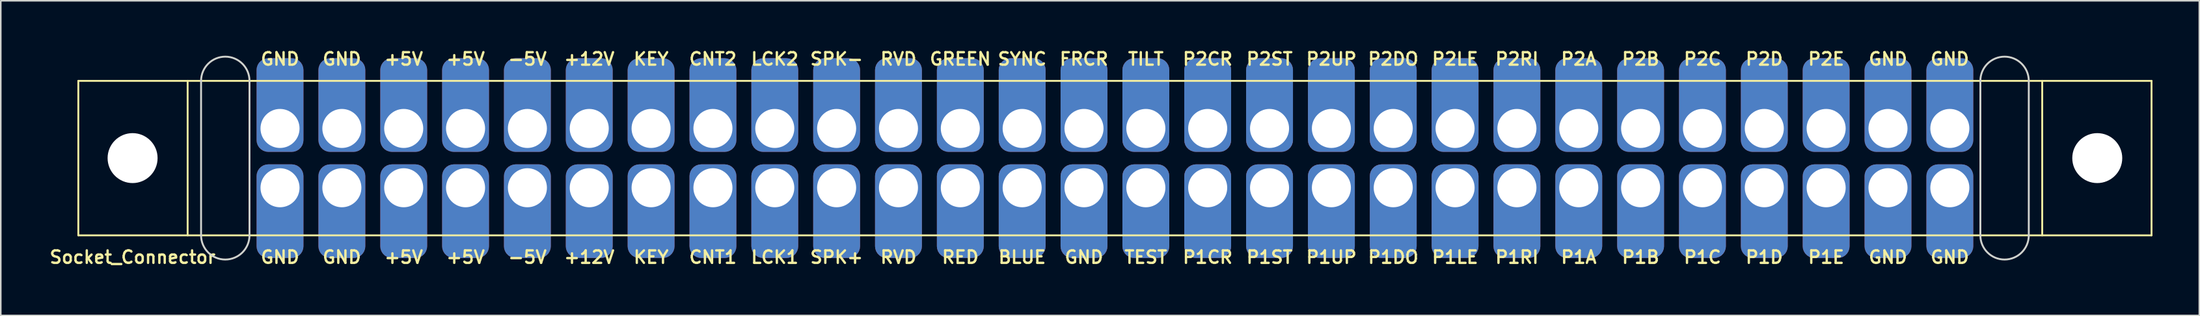
<source format=kicad_pcb>
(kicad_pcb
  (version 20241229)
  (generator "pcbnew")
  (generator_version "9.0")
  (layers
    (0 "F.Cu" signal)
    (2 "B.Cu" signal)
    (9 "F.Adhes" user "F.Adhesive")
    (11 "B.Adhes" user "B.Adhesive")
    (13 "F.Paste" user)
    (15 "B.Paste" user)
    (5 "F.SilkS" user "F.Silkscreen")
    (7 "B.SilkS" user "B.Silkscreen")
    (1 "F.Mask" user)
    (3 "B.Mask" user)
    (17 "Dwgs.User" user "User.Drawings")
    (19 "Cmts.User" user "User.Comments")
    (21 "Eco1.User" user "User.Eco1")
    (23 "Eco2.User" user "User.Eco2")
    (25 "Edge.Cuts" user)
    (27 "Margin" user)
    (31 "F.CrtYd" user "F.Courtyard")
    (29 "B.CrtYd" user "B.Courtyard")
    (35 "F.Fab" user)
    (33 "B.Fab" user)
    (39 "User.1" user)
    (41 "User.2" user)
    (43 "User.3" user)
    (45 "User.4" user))
  (footprint "Socket_Connector"
    (layer "F.Cu")
    (at 68.34 7.081)
    (property "Reference" "Socket_Connector" (at -62.9 6.35 0) (layer "F.SilkS") (effects (font (size 0.8 0.8) (thickness 0.15))))
    (attr through_hole)
    (fp_line (start -66.375 -4.95) (end -66.375 4.95) (stroke (width 0.12) (type solid)) (layer "F.SilkS"))
    (fp_line (start -66.375 -4.95) (end 66.375 -4.95) (stroke (width 0.12) (type solid)) (layer "F.SilkS"))
    (fp_line (start -66.375 4.95) (end 66.375 4.95) (stroke (width 0.12) (type solid)) (layer "F.SilkS"))
    (fp_line (start -59.375 -4.95) (end -59.375 4.95) (stroke (width 0.12) (type solid)) (layer "F.SilkS"))
    (fp_line (start 59.375 -4.95) (end 59.375 4.95) (stroke (width 0.12) (type solid)) (layer "F.SilkS"))
    (fp_line (start 66.375 -4.95) (end 66.375 4.95) (stroke (width 0.12) (type solid)) (layer "F.SilkS"))
    (fp_line (start -58.515 -4.95) (end -58.515 4.95) (stroke (width 0.12) (type solid)) (layer "Edge.Cuts"))
    (fp_line (start -55.415 -4.95) (end -55.415 4.95) (stroke (width 0.12) (type solid)) (layer "Edge.Cuts"))
    (fp_line (start 55.415 -4.95) (end 55.415 4.95) (stroke (width 0.12) (type solid)) (layer "Edge.Cuts"))
    (fp_line (start 58.515 -4.95) (end 58.515 4.95) (stroke (width 0.12) (type solid)) (layer "Edge.Cuts"))
    (fp_arc (start -58.515 -4.95) (mid -56.965 -6.5) (end -55.415 -4.95) (stroke (width 0.12) (type solid)) (layer "Edge.Cuts"))
    (fp_arc (start -55.415 4.95) (mid -56.965 6.5) (end -58.515 4.95) (stroke (width 0.12) (type solid)) (layer "Edge.Cuts"))
    (fp_arc (start 55.415 -4.95) (mid 56.965 -6.5) (end 58.515 -4.95) (stroke (width 0.12) (type solid)) (layer "Edge.Cuts"))
    (fp_arc (start 58.515 4.95) (mid 56.965 6.5) (end 55.415 4.95) (stroke (width 0.12) (type solid)) (layer "Edge.Cuts"))
    (fp_text user "P2RI" (at 25.74 -6.35 0) (layer "F.SilkS") (effects (font (size 0.8 0.8) (thickness 0.15))))
    (fp_text user "BLUE" (at -5.94 6.35 0) (layer "F.SilkS") (effects (font (size 0.8 0.8) (thickness 0.15))))
    (fp_text user "P1D" (at 41.58 6.35 0) (layer "F.SilkS") (effects (font (size 0.8 0.8) (thickness 0.15))))
    (fp_text user "KEY" (at -29.7 -6.35 0) (layer "F.SilkS") (effects (font (size 0.8 0.8) (thickness 0.15))))
    (fp_text user "P2UP" (at 13.86 -6.35 0) (layer "F.SilkS") (effects (font (size 0.8 0.8) (thickness 0.15))))
    (fp_text user "+5V" (at -45.54 6.35 0) (layer "F.SilkS") (effects (font (size 0.8 0.8) (thickness 0.15))))
    (fp_text user "P1RI" (at 25.74 6.35 0) (layer "F.SilkS") (effects (font (size 0.8 0.8) (thickness 0.15))))
    (fp_text user "LCK2" (at -21.78 -6.35 0) (layer "F.SilkS") (effects (font (size 0.8 0.8) (thickness 0.15))))
    (fp_text user "P1A" (at 29.7 6.35 0) (layer "F.SilkS") (effects (font (size 0.8 0.8) (thickness 0.15))))
    (fp_text user "P2CR" (at 5.94 -6.35 0) (layer "F.SilkS") (effects (font (size 0.8 0.8) (thickness 0.15))))
    (fp_text user "+12V" (at -33.66 6.35 0) (layer "F.SilkS") (effects (font (size 0.8 0.8) (thickness 0.15))))
    (fp_text user "P2ST" (at 9.9 -6.35 0) (layer "F.SilkS") (effects (font (size 0.8 0.8) (thickness 0.15))))
    (fp_text user "GND" (at -53.46 -6.35 0) (layer "F.SilkS") (effects (font (size 0.8 0.8) (thickness 0.15))))
    (fp_text user "P2DO" (at 17.82 -6.35 0) (layer "F.SilkS") (effects (font (size 0.8 0.8) (thickness 0.15))))
    (fp_text user "P1LE" (at 21.78 6.35 0) (layer "F.SilkS") (effects (font (size 0.8 0.8) (thickness 0.15))))
    (fp_text user "GND" (at 49.5 -6.35 0) (layer "F.SilkS") (effects (font (size 0.8 0.8) (thickness 0.15))))
    (fp_text user "GND" (at -1.98 6.35 0) (layer "F.SilkS") (effects (font (size 0.8 0.8) (thickness 0.15))))
    (fp_text user "SPK+" (at -17.82 6.35 0) (layer "F.SilkS") (effects (font (size 0.8 0.8) (thickness 0.15))))
    (fp_text user "P1UP" (at 13.86 6.35 0) (layer "F.SilkS") (effects (font (size 0.8 0.8) (thickness 0.15))))
    (fp_text user "P2A" (at 29.7 -6.35 0) (layer "F.SilkS") (effects (font (size 0.8 0.8) (thickness 0.15))))
    (fp_text user "-5V" (at -37.62 -6.35 0) (layer "F.SilkS") (effects (font (size 0.8 0.8) (thickness 0.15))))
    (fp_text user "P1ST" (at 9.9 6.35 0) (layer "F.SilkS") (effects (font (size 0.8 0.8) (thickness 0.15))))
    (fp_text user "+5V" (at -41.58 6.35 0) (layer "F.SilkS") (effects (font (size 0.8 0.8) (thickness 0.15))))
    (fp_text user "SYNC" (at -5.94 -6.35 0) (layer "F.SilkS") (effects (font (size 0.8 0.8) (thickness 0.15))))
    (fp_text user "P1CR" (at 5.94 6.35 0) (layer "F.SilkS") (effects (font (size 0.8 0.8) (thickness 0.15))))
    (fp_text user "+12V" (at -33.66 -6.35 0) (layer "F.SilkS") (effects (font (size 0.8 0.8) (thickness 0.15))))
    (fp_text user "TILT" (at 1.98 -6.35 0) (layer "F.SilkS") (effects (font (size 0.8 0.8) (thickness 0.15))))
    (fp_text user "P2LE" (at 21.78 -6.35 0) (layer "F.SilkS") (effects (font (size 0.8 0.8) (thickness 0.15))))
    (fp_text user "P1DO" (at 17.82 6.35 0) (layer "F.SilkS") (effects (font (size 0.8 0.8) (thickness 0.15))))
    (fp_text user "P1B" (at 33.66 6.35 0) (layer "F.SilkS") (effects (font (size 0.8 0.8) (thickness 0.15))))
    (fp_text user "GND" (at 49.5 6.35 0) (layer "F.SilkS") (effects (font (size 0.8 0.8) (thickness 0.15))))
    (fp_text user "+5V" (at -41.58 -6.35 0) (layer "F.SilkS") (effects (font (size 0.8 0.8) (thickness 0.15))))
    (fp_text user "GND" (at 53.46 -6.35 0) (layer "F.SilkS") (effects (font (size 0.8 0.8) (thickness 0.15))))
    (fp_text user "CNT1" (at -25.74 6.35 0) (layer "F.SilkS") (effects (font (size 0.8 0.8) (thickness 0.15))))
    (fp_text user "GND" (at -49.5 6.35 0) (layer "F.SilkS") (effects (font (size 0.8 0.8) (thickness 0.15))))
    (fp_text user "-5V" (at -37.62 6.35 0) (layer "F.SilkS") (effects (font (size 0.8 0.8) (thickness 0.15))))
    (fp_text user "P2B" (at 33.66 -6.35 0) (layer "F.SilkS") (effects (font (size 0.8 0.8) (thickness 0.15))))
    (fp_text user "P1E" (at 45.54 6.35 0) (layer "F.SilkS") (effects (font (size 0.8 0.8) (thickness 0.15))))
    (fp_text user "P2D" (at 41.58 -6.35 0) (layer "F.SilkS") (effects (font (size 0.8 0.8) (thickness 0.15))))
    (fp_text user "CNT2" (at -25.74 -6.35 0) (layer "F.SilkS") (effects (font (size 0.8 0.8) (thickness 0.15))))
    (fp_text user "KEY" (at -29.7 6.35 0) (layer "F.SilkS") (effects (font (size 0.8 0.8) (thickness 0.15))))
    (fp_text user "RVD" (at -13.86 -6.35 0) (layer "F.SilkS") (effects (font (size 0.8 0.8) (thickness 0.15))))
    (fp_text user "P2E" (at 45.54 -6.35 0) (layer "F.SilkS") (effects (font (size 0.8 0.8) (thickness 0.15))))
    (fp_text user "LCK1" (at -21.78 6.35 0) (layer "F.SilkS") (effects (font (size 0.8 0.8) (thickness 0.15))))
    (fp_text user "SPK-" (at -17.82 -6.35 0) (layer "F.SilkS") (effects (font (size 0.8 0.8) (thickness 0.15))))
    (fp_text user "RED" (at -9.9 6.35 0) (layer "F.SilkS") (effects (font (size 0.8 0.8) (thickness 0.15))))
    (fp_text user "GREEN" (at -9.9 -6.35 0) (layer "F.SilkS") (effects (font (size 0.8 0.8) (thickness 0.15))))
    (fp_text user "P2C" (at 37.62 -6.35 0) (layer "F.SilkS") (effects (font (size 0.8 0.8) (thickness 0.15))))
    (fp_text user "+5V" (at -45.54 -6.35 0) (layer "F.SilkS") (effects (font (size 0.8 0.8) (thickness 0.15))))
    (fp_text user "P1C" (at 37.62 6.35 0) (layer "F.SilkS") (effects (font (size 0.8 0.8) (thickness 0.15))))
    (fp_text user "GND" (at 53.46 6.35 0) (layer "F.SilkS") (effects (font (size 0.8 0.8) (thickness 0.15))))
    (fp_text user "GND" (at -49.5 -6.35 0) (layer "F.SilkS") (effects (font (size 0.8 0.8) (thickness 0.15))))
    (fp_text user "RVD" (at -13.86 6.35 0) (layer "F.SilkS") (effects (font (size 0.8 0.8) (thickness 0.15))))
    (fp_text user "TEST" (at 1.98 6.35 0) (layer "F.SilkS") (effects (font (size 0.8 0.8) (thickness 0.15))))
    (fp_text user "FRCR" (at -1.98 -6.35 0) (layer "F.SilkS") (effects (font (size 0.8 0.8) (thickness 0.15))))
    (fp_text user "GND" (at -53.46 6.35 0) (layer "F.SilkS") (effects (font (size 0.8 0.8) (thickness 0.15))))
    (pad "" np_thru_hole circle (at -62.9 0) (size 3.2 3.2) (drill 3.2) (layers "*.Cu" "*.Mask"))
    (pad "" thru_hole roundrect (at -29.7 -1.9) (size 3 6) (drill 2.5 (offset 0 -1.5)) (layers "B.Cu" "B.Mask") (roundrect_rratio 0.25))
    (pad "" thru_hole roundrect (at -29.7 1.9) (size 3 6) (drill 2.5 (offset 0 1.5)) (layers "B.Cu" "B.Mask") (roundrect_rratio 0.25))
    (pad "" np_thru_hole circle (at 62.9 0) (size 3.2 3.2) (drill 3.2) (layers "*.Cu" "*.Mask"))
    (pad "1" thru_hole roundrect (at -53.46 1.9) (size 3 6) (drill 2.5 (offset 0 1.5)) (layers "B.Cu" "B.Mask") (roundrect_rratio 0.25))
    (pad "2" thru_hole roundrect (at -49.5 1.9) (size 3 6) (drill 2.5 (offset 0 1.5)) (layers "B.Cu" "B.Mask") (roundrect_rratio 0.25))
    (pad "3" thru_hole roundrect (at -45.54 1.9) (size 3 6) (drill 2.5 (offset 0 1.5)) (layers "B.Cu" "B.Mask") (roundrect_rratio 0.25))
    (pad "4" thru_hole roundrect (at -41.58 1.9) (size 3 6) (drill 2.5 (offset 0 1.5)) (layers "B.Cu" "B.Mask") (roundrect_rratio 0.25))
    (pad "5" thru_hole roundrect (at -37.62 1.9) (size 3 6) (drill 2.5 (offset 0 1.5)) (layers "B.Cu" "B.Mask") (roundrect_rratio 0.25))
    (pad "6" thru_hole roundrect (at -33.66 1.9) (size 3 6) (drill 2.5 (offset 0 1.5)) (layers "B.Cu" "B.Mask") (roundrect_rratio 0.25))
    (pad "8" thru_hole roundrect (at -25.74 1.9) (size 3 6) (drill 2.5 (offset 0 1.5)) (layers "B.Cu" "B.Mask") (roundrect_rratio 0.25))
    (pad "9" thru_hole roundrect (at -21.78 1.9) (size 3 6) (drill 2.5 (offset 0 1.5)) (layers "B.Cu" "B.Mask") (roundrect_rratio 0.25))
    (pad "10" thru_hole roundrect (at -17.82 1.9) (size 3 6) (drill 2.5 (offset 0 1.5)) (layers "B.Cu" "B.Mask") (roundrect_rratio 0.25))
    (pad "11" thru_hole roundrect (at -13.86 1.9) (size 3 6) (drill 2.5 (offset 0 1.5)) (layers "B.Cu" "B.Mask") (roundrect_rratio 0.25))
    (pad "12" thru_hole roundrect (at -9.9 1.9) (size 3 6) (drill 2.5 (offset 0 1.5)) (layers "B.Cu" "B.Mask") (roundrect_rratio 0.25))
    (pad "13" thru_hole roundrect (at -5.94 1.9) (size 3 6) (drill 2.5 (offset 0 1.5)) (layers "B.Cu" "B.Mask") (roundrect_rratio 0.25))
    (pad "14" thru_hole roundrect (at -1.98 1.9) (size 3 6) (drill 2.5 (offset 0 1.5)) (layers "B.Cu" "B.Mask") (roundrect_rratio 0.25))
    (pad "15" thru_hole roundrect (at 1.98 1.9) (size 3 6) (drill 2.5 (offset 0 1.5)) (layers "B.Cu" "B.Mask") (roundrect_rratio 0.25))
    (pad "16" thru_hole roundrect (at 5.94 1.9) (size 3 6) (drill 2.5 (offset 0 1.5)) (layers "B.Cu" "B.Mask") (roundrect_rratio 0.25))
    (pad "17" thru_hole roundrect (at 9.9 1.9) (size 3 6) (drill 2.5 (offset 0 1.5)) (layers "B.Cu" "B.Mask") (roundrect_rratio 0.25))
    (pad "18" thru_hole roundrect (at 13.86 1.9) (size 3 6) (drill 2.5 (offset 0 1.5)) (layers "B.Cu" "B.Mask") (roundrect_rratio 0.25))
    (pad "19" thru_hole roundrect (at 17.82 1.9) (size 3 6) (drill 2.5 (offset 0 1.5)) (layers "B.Cu" "B.Mask") (roundrect_rratio 0.25))
    (pad "20" thru_hole roundrect (at 21.78 1.9) (size 3 6) (drill 2.5 (offset 0 1.5)) (layers "B.Cu" "B.Mask") (roundrect_rratio 0.25))
    (pad "21" thru_hole roundrect (at 25.74 1.9) (size 3 6) (drill 2.5 (offset 0 1.5)) (layers "B.Cu" "B.Mask") (roundrect_rratio 0.25))
    (pad "22" thru_hole roundrect (at 29.7 1.9) (size 3 6) (drill 2.5 (offset 0 1.5)) (layers "B.Cu" "B.Mask") (roundrect_rratio 0.25))
    (pad "23" thru_hole roundrect (at 33.66 1.9) (size 3 6) (drill 2.5 (offset 0 1.5)) (layers "B.Cu" "B.Mask") (roundrect_rratio 0.25))
    (pad "24" thru_hole roundrect (at 37.62 1.9) (size 3 6) (drill 2.5 (offset 0 1.5)) (layers "B.Cu" "B.Mask") (roundrect_rratio 0.25))
    (pad "25" thru_hole roundrect (at 41.58 1.9) (size 3 6) (drill 2.5 (offset 0 1.5)) (layers "B.Cu" "B.Mask") (roundrect_rratio 0.25))
    (pad "26" thru_hole roundrect (at 45.54 1.9) (size 3 6) (drill 2.5 (offset 0 1.5)) (layers "B.Cu" "B.Mask") (roundrect_rratio 0.25))
    (pad "27" thru_hole roundrect (at 49.5 1.9) (size 3 6) (drill 2.5 (offset 0 1.5)) (layers "B.Cu" "B.Mask") (roundrect_rratio 0.25))
    (pad "28" thru_hole roundrect (at 53.46 1.9) (size 3 6) (drill 2.5 (offset 0 1.5)) (layers "B.Cu" "B.Mask") (roundrect_rratio 0.25))
    (pad "A" thru_hole roundrect (at -53.46 -1.9) (size 3 6) (drill 2.5 (offset 0 -1.5)) (layers "B.Cu" "B.Mask") (roundrect_rratio 0.25))
    (pad "AA" thru_hole roundrect (at 33.66 -1.9) (size 3 6) (drill 2.5 (offset 0 -1.5)) (layers "B.Cu" "B.Mask") (roundrect_rratio 0.25))
    (pad "AB" thru_hole roundrect (at 37.62 -1.9) (size 3 6) (drill 2.5 (offset 0 -1.5)) (layers "B.Cu" "B.Mask") (roundrect_rratio 0.25))
    (pad "AC" thru_hole roundrect (at 41.58 -1.9) (size 3 6) (drill 2.5 (offset 0 -1.5)) (layers "B.Cu" "B.Mask") (roundrect_rratio 0.25))
    (pad "AD" thru_hole roundrect (at 45.54 -1.9) (size 3 6) (drill 2.5 (offset 0 -1.5)) (layers "B.Cu" "B.Mask") (roundrect_rratio 0.25))
    (pad "AE" thru_hole roundrect (at 49.5 -1.9) (size 3 6) (drill 2.5 (offset 0 -1.5)) (layers "B.Cu" "B.Mask") (roundrect_rratio 0.25))
    (pad "AF" thru_hole roundrect (at 53.46 -1.9) (size 3 6) (drill 2.5 (offset 0 -1.5)) (layers "B.Cu" "B.Mask") (roundrect_rratio 0.25))
    (pad "B" thru_hole roundrect (at -49.5 -1.9) (size 3 6) (drill 2.5 (offset 0 -1.5)) (layers "B.Cu" "B.Mask") (roundrect_rratio 0.25))
    (pad "C" thru_hole roundrect (at -45.54 -1.9) (size 3 6) (drill 2.5 (offset 0 -1.5)) (layers "B.Cu" "B.Mask") (roundrect_rratio 0.25))
    (pad "D" thru_hole roundrect (at -41.58 -1.9) (size 3 6) (drill 2.5 (offset 0 -1.5)) (layers "B.Cu" "B.Mask") (roundrect_rratio 0.25))
    (pad "E" thru_hole roundrect (at -37.62 -1.9) (size 3 6) (drill 2.5 (offset 0 -1.5)) (layers "B.Cu" "B.Mask") (roundrect_rratio 0.25))
    (pad "F" thru_hole roundrect (at -33.66 -1.9) (size 3 6) (drill 2.5 (offset 0 -1.5)) (layers "B.Cu" "B.Mask") (roundrect_rratio 0.25))
    (pad "J" thru_hole roundrect (at -25.74 -1.9) (size 3 6) (drill 2.5 (offset 0 -1.5)) (layers "B.Cu" "B.Mask") (roundrect_rratio 0.25))
    (pad "K" thru_hole roundrect (at -21.78 -1.9) (size 3 6) (drill 2.5 (offset 0 -1.5)) (layers "B.Cu" "B.Mask") (roundrect_rratio 0.25))
    (pad "L" thru_hole roundrect (at -17.82 -1.9) (size 3 6) (drill 2.5 (offset 0 -1.5)) (layers "B.Cu" "B.Mask") (roundrect_rratio 0.25))
    (pad "M" thru_hole roundrect (at -13.86 -1.9) (size 3 6) (drill 2.5 (offset 0 -1.5)) (layers "B.Cu" "B.Mask") (roundrect_rratio 0.25))
    (pad "N" thru_hole roundrect (at -9.9 -1.9) (size 3 6) (drill 2.5 (offset 0 -1.5)) (layers "B.Cu" "B.Mask") (roundrect_rratio 0.25))
    (pad "P" thru_hole roundrect (at -5.94 -1.9) (size 3 6) (drill 2.5 (offset 0 -1.5)) (layers "B.Cu" "B.Mask") (roundrect_rratio 0.25))
    (pad "R" thru_hole roundrect (at -1.98 -1.9) (size 3 6) (drill 2.5 (offset 0 -1.5)) (layers "B.Cu" "B.Mask") (roundrect_rratio 0.25))
    (pad "S" thru_hole roundrect (at 1.98 -1.9) (size 3 6) (drill 2.5 (offset 0 -1.5)) (layers "B.Cu" "B.Mask") (roundrect_rratio 0.25))
    (pad "T" thru_hole roundrect (at 5.94 -1.9) (size 3 6) (drill 2.5 (offset 0 -1.5)) (layers "B.Cu" "B.Mask") (roundrect_rratio 0.25))
    (pad "U" thru_hole roundrect (at 9.9 -1.9) (size 3 6) (drill 2.5 (offset 0 -1.5)) (layers "B.Cu" "B.Mask") (roundrect_rratio 0.25))
    (pad "V" thru_hole roundrect (at 13.86 -1.9) (size 3 6) (drill 2.5 (offset 0 -1.5)) (layers "B.Cu" "B.Mask") (roundrect_rratio 0.25))
    (pad "W" thru_hole roundrect (at 17.82 -1.9) (size 3 6) (drill 2.5 (offset 0 -1.5)) (layers "B.Cu" "B.Mask") (roundrect_rratio 0.25))
    (pad "X" thru_hole roundrect (at 21.78 -1.9) (size 3 6) (drill 2.5 (offset 0 -1.5)) (layers "B.Cu" "B.Mask") (roundrect_rratio 0.25))
    (pad "Y" thru_hole roundrect (at 25.74 -1.9) (size 3 6) (drill 2.5 (offset 0 -1.5)) (layers "B.Cu" "B.Mask") (roundrect_rratio 0.25))
    (pad "Z" thru_hole roundrect (at 29.7 -1.9) (size 3 6) (drill 2.5 (offset 0 -1.5)) (layers "B.Cu" "B.Mask") (roundrect_rratio 0.25)))
  (gr_rect
    (start -3 -3)
    (end 137.775 17.163)
    (stroke (width 0.1) (type default))
    (fill no)
    (layer "Edge.Cuts")))
</source>
